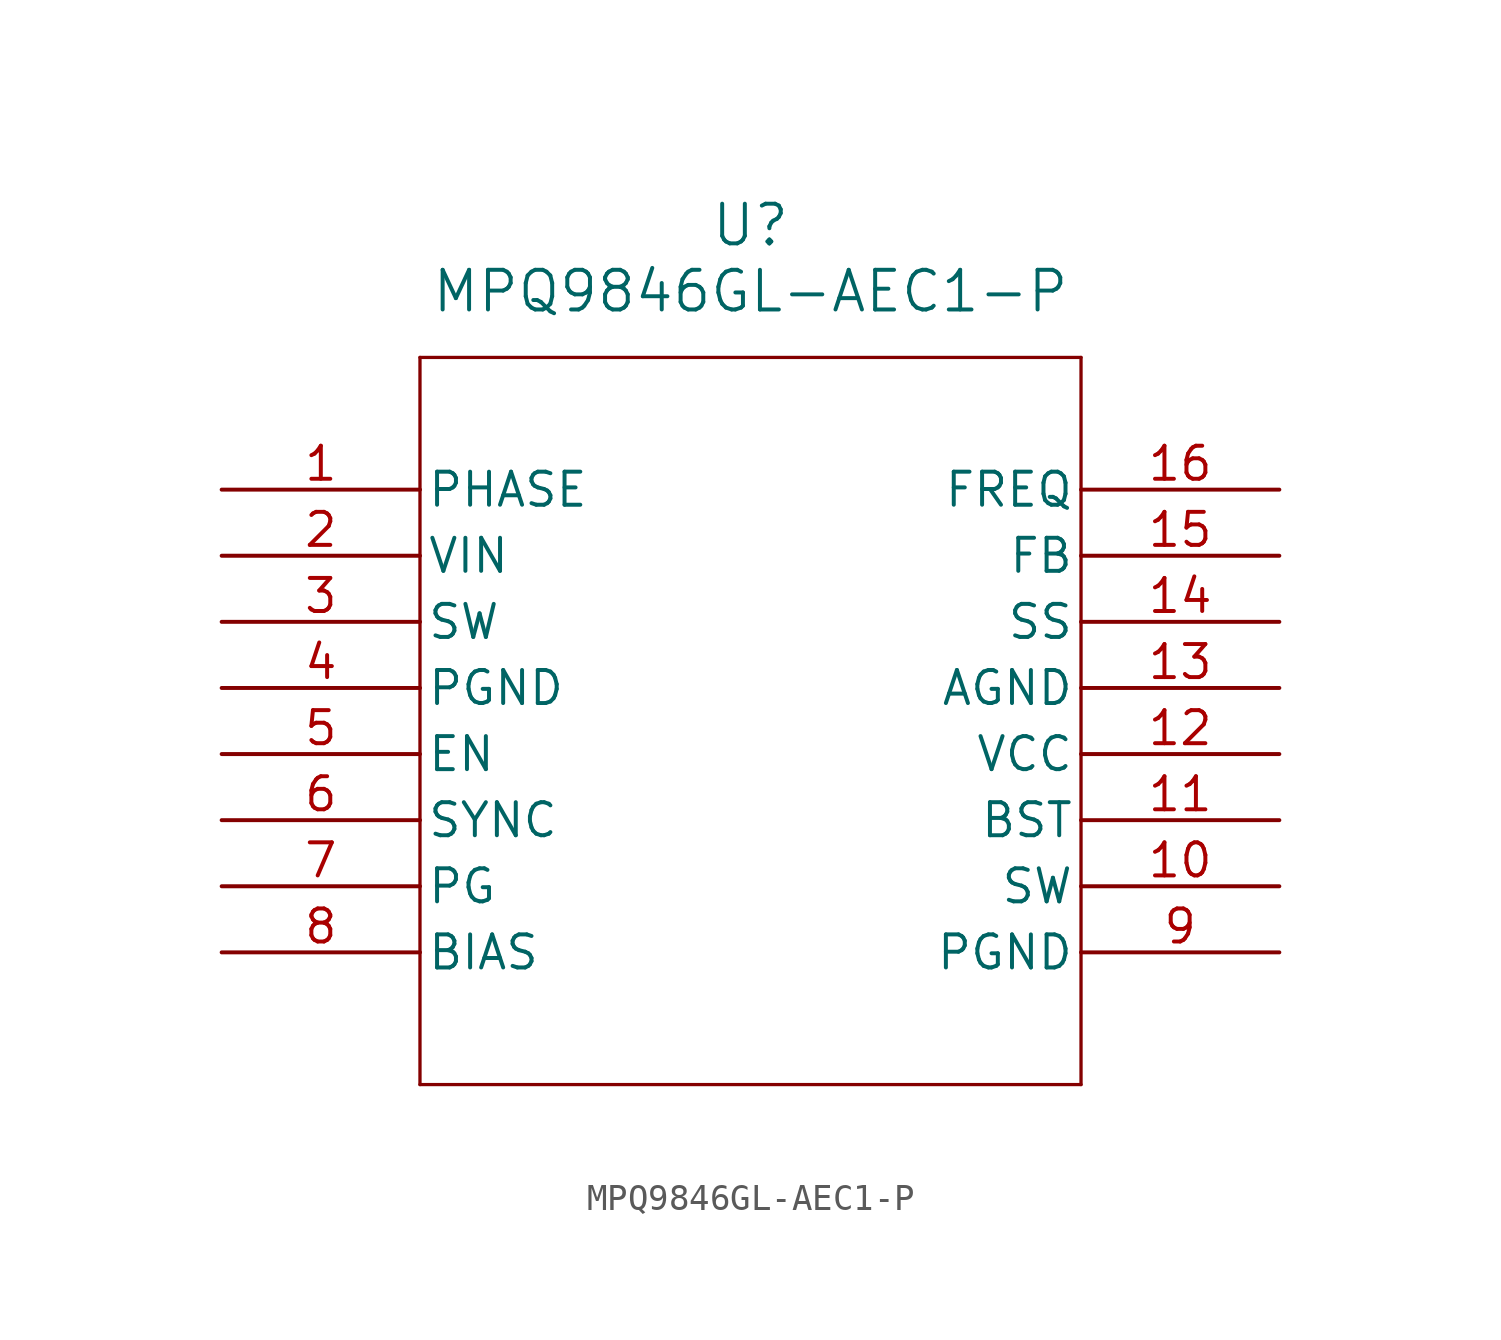
<source format=kicad_sym>
(kicad_symbol_lib
  (version 20211014)
  (generator kicad_symbol_editor)
  (symbol "MPQ9846GL-AEC1-P"
    (pin_names
      (offset 0.254))
    (property "Reference" "U"
      (at 20.32 10.16 0)
      (effects (font (size 1.524 1.524))))
    (property "Value" "MPQ9846GL-AEC1-P"
      (at 20.32 7.62 0)
      (effects (font (size 1.524 1.524))))
    (symbol "MPQ9846GL-AEC1-P_0_1"
      (polyline (pts (xy 7.62 5.08) (xy 7.62 -22.86)) (stroke (width 0.127) (type default) (color 0 0 0 0)) (fill (type none)))
      (polyline (pts (xy 7.62 -22.86) (xy 33.02 -22.86)) (stroke (width 0.127) (type default) (color 0 0 0 0)) (fill (type none)))
      (polyline (pts (xy 33.02 -22.86) (xy 33.02 5.08)) (stroke (width 0.127) (type default) (color 0 0 0 0)) (fill (type none)))
      (polyline (pts (xy 33.02 5.08) (xy 7.62 5.08)) (stroke (width 0.127) (type default) (color 0 0 0 0)) (fill (type none)))
      (pin input line (at 0 0 0) (length 7.62) (name "PHASE" (effects (font (size 1.27 1.27)))) (number "1" (effects (font (size 1.27 1.27)))))
      (pin power_in line (at 0 -2.54 0) (length 7.62) (name "VIN" (effects (font (size 1.27 1.27)))) (number "2" (effects (font (size 1.27 1.27)))))
      (pin output line (at 0 -5.08 0) (length 7.62) (name "SW" (effects (font (size 1.27 1.27)))) (number "3" (effects (font (size 1.27 1.27)))))
      (pin power_in line (at 0 -7.62 0) (length 7.62) (name "PGND" (effects (font (size 1.27 1.27)))) (number "4" (effects (font (size 1.27 1.27)))))
      (pin unspecified line (at 0 -10.16 0) (length 7.62) (name "EN" (effects (font (size 1.27 1.27)))) (number "5" (effects (font (size 1.27 1.27)))))
      (pin unspecified line (at 0 -12.7 0) (length 7.62) (name "SYNC" (effects (font (size 1.27 1.27)))) (number "6" (effects (font (size 1.27 1.27)))))
      (pin output line (at 0 -15.24 0) (length 7.62) (name "PG" (effects (font (size 1.27 1.27)))) (number "7" (effects (font (size 1.27 1.27)))))
      (pin input line (at 0 -17.78 0) (length 7.62) (name "BIAS" (effects (font (size 1.27 1.27)))) (number "8" (effects (font (size 1.27 1.27)))))
      (pin power_in line (at 40.64 -17.78 180) (length 7.62) (name "PGND" (effects (font (size 1.27 1.27)))) (number "9" (effects (font (size 1.27 1.27)))))
      (pin output line (at 40.64 -15.24 180) (length 7.62) (name "SW" (effects (font (size 1.27 1.27)))) (number "10" (effects (font (size 1.27 1.27)))))
      (pin power_in line (at 40.64 -12.7 180) (length 7.62) (name "BST" (effects (font (size 1.27 1.27)))) (number "11" (effects (font (size 1.27 1.27)))))
      (pin power_in line (at 40.64 -10.16 180) (length 7.62) (name "VCC" (effects (font (size 1.27 1.27)))) (number "12" (effects (font (size 1.27 1.27)))))
      (pin power_in line (at 40.64 -7.62 180) (length 7.62) (name "AGND" (effects (font (size 1.27 1.27)))) (number "13" (effects (font (size 1.27 1.27)))))
      (pin unspecified line (at 40.64 -5.08 180) (length 7.62) (name "SS" (effects (font (size 1.27 1.27)))) (number "14" (effects (font (size 1.27 1.27)))))
      (pin input line (at 40.64 -2.54 180) (length 7.62) (name "FB" (effects (font (size 1.27 1.27)))) (number "15" (effects (font (size 1.27 1.27)))))
      (pin unspecified line (at 40.64 0 180) (length 7.62) (name "FREQ" (effects (font (size 1.27 1.27)))) (number "16" (effects (font (size 1.27 1.27))))))))
</source>
